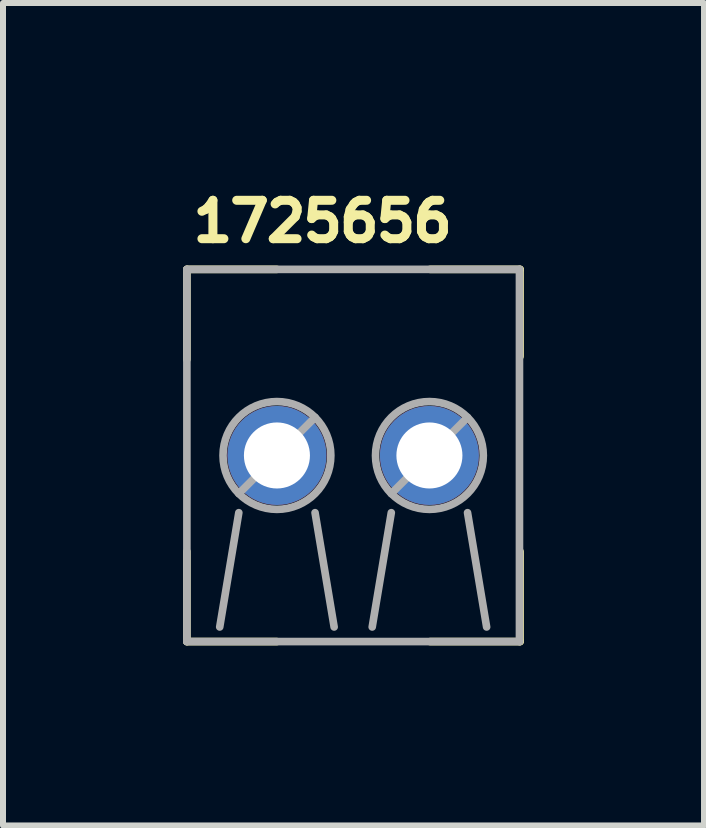
<source format=kicad_pcb>
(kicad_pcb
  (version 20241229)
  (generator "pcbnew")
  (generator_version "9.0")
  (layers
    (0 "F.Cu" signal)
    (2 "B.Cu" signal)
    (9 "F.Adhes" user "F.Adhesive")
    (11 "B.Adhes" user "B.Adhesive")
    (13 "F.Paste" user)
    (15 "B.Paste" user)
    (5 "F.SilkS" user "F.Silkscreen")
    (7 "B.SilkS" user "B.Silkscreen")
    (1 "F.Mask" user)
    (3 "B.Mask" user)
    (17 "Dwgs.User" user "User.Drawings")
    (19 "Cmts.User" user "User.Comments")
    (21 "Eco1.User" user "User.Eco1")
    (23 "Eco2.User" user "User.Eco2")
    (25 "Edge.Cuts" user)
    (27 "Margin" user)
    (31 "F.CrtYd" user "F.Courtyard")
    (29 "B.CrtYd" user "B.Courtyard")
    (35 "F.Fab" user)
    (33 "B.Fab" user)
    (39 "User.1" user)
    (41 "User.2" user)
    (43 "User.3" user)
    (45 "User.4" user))
  (footprint "1725656"
    (layer "F.Cu")
    (at 1.563 4.537)
    (property "Reference" "1725656" (at 0.762 -3.899 0) (layer "F.SilkS") (effects (font (size 0.64 0.64) (thickness 0.15))))
    (attr through_hole)
    (fp_line (start -1.5 -3.1) (end 0 -3.1) (stroke (width 0.127) (type solid)) (layer "F.SilkS"))
    (fp_line (start -1.5 -1.6) (end -1.5 -3.1) (stroke (width 0.127) (type solid)) (layer "F.SilkS"))
    (fp_line (start -1.5 3.1) (end -1.5 1.6) (stroke (width 0.127) (type solid)) (layer "F.SilkS"))
    (fp_line (start 0 3.1) (end -1.5 3.1) (stroke (width 0.127) (type solid)) (layer "F.SilkS"))
    (fp_line (start 2.55 -3.1) (end 4.05 -3.1) (stroke (width 0.127) (type solid)) (layer "F.SilkS"))
    (fp_line (start 4.05 -3.1) (end 4.05 -1.65) (stroke (width 0.127) (type solid)) (layer "F.SilkS"))
    (fp_line (start 4.05 1.6) (end 4.05 3.1) (stroke (width 0.127) (type solid)) (layer "F.SilkS"))
    (fp_line (start 4.05 3.1) (end 2.55 3.1) (stroke (width 0.127) (type solid)) (layer "F.SilkS"))
    (fp_line (start -1.5 -3.1) (end 4.04 -3.1) (stroke (width 0.127) (type solid)) (layer "F.Fab"))
    (fp_line (start -1.5 3.1) (end -1.5 -3.1) (stroke (width 0.127) (type solid)) (layer "F.Fab"))
    (fp_line (start -0.635 0.953) (end -0.953 2.857) (stroke (width 0.127) (type solid)) (layer "F.Fab"))
    (fp_line (start 0.635 -0.635) (end -0.635 0.635) (stroke (width 0.127) (type solid)) (layer "F.Fab"))
    (fp_line (start 0.635 0.953) (end 0.953 2.857) (stroke (width 0.127) (type solid)) (layer "F.Fab"))
    (fp_line (start 1.905 0.953) (end 1.587 2.857) (stroke (width 0.127) (type solid)) (layer "F.Fab"))
    (fp_line (start 3.175 -0.635) (end 1.905 0.635) (stroke (width 0.127) (type solid)) (layer "F.Fab"))
    (fp_line (start 3.175 0.953) (end 3.493 2.857) (stroke (width 0.127) (type solid)) (layer "F.Fab"))
    (fp_line (start 4.04 -3.1) (end 4.04 3.1) (stroke (width 0.127) (type solid)) (layer "F.Fab"))
    (fp_line (start 4.04 3.1) (end -1.5 3.1) (stroke (width 0.127) (type solid)) (layer "F.Fab"))
    (fp_circle (center 0 0) (end 0.898 0) (stroke (width 0.127) (type solid)) (fill no) (layer "F.Fab"))
    (fp_circle (center 2.54 0) (end 3.438 0) (stroke (width 0.127) (type solid)) (fill no) (layer "F.Fab"))
    (pad "1" thru_hole circle (at 0 0) (size 1.65 1.65) (drill 1.1) (layers "*.Cu" "*.Mask"))
    (pad "2" thru_hole circle (at 2.54 0) (size 1.65 1.65) (drill 1.1) (layers "*.Cu" "*.Mask")))
  (gr_rect
    (start -3 -3)
    (end 8.677 10.7)
    (stroke (width 0.1) (type default))
    (fill no)
    (layer "Edge.Cuts")))
</source>
